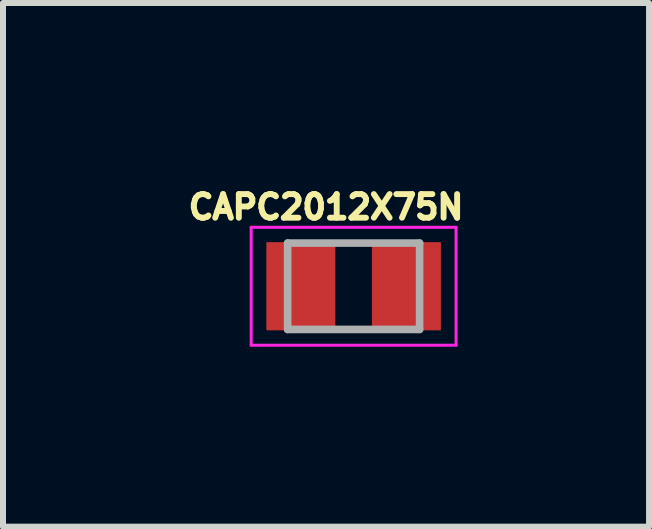
<source format=kicad_pcb>
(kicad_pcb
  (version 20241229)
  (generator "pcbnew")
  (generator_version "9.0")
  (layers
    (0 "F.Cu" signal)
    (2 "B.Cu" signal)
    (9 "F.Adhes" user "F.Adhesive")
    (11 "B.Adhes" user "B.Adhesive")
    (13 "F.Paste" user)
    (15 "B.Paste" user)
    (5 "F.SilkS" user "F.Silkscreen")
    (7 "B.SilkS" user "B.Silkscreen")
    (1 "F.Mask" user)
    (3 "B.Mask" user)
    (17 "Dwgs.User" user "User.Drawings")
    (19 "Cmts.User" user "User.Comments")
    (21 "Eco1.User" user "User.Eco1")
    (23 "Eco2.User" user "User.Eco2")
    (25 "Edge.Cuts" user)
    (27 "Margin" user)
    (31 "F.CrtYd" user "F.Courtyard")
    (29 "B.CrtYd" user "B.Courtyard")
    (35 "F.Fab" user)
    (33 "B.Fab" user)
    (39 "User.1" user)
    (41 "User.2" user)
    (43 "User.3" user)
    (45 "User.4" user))
  (footprint "CAPC2012X75N"
    (layer "F.Cu")
    (at 2.846 1.723)
    (property "Reference" "CAPC2012X75N" (at -0.46 -1.32 0) (layer "F.SilkS") (effects (font (size 0.394 0.394) (thickness 0.15))))
    (attr smd)
    (fp_line (start -1.708 -0.983) (end 1.708 -0.983) (stroke (width 0.05) (type solid)) (layer "F.CrtYd"))
    (fp_line (start -1.708 0.983) (end -1.708 -0.983) (stroke (width 0.05) (type solid)) (layer "F.CrtYd"))
    (fp_line (start -1.708 0.983) (end 1.708 0.983) (stroke (width 0.05) (type solid)) (layer "F.CrtYd"))
    (fp_line (start 1.708 0.983) (end 1.708 -0.983) (stroke (width 0.05) (type solid)) (layer "F.CrtYd"))
    (fp_line (start -1.1 0.72) (end -1.1 -0.72) (stroke (width 0.127) (type solid)) (layer "F.Fab"))
    (fp_line (start 1.1 -0.72) (end -1.1 -0.72) (stroke (width 0.127) (type solid)) (layer "F.Fab"))
    (fp_line (start 1.1 0.72) (end -1.1 0.72) (stroke (width 0.127) (type solid)) (layer "F.Fab"))
    (fp_line (start 1.1 0.72) (end 1.1 -0.72) (stroke (width 0.127) (type solid)) (layer "F.Fab"))
    (pad "1" smd rect (at -0.88 0) (size 1.15 1.47) (layers "F.Cu" "F.Mask" "F.Paste"))
    (pad "2" smd rect (at 0.88 0) (size 1.15 1.47) (layers "F.Cu" "F.Mask" "F.Paste")))
  (gr_rect
    (start -3 -3)
    (end 7.772 5.731)
    (stroke (width 0.1) (type default))
    (fill no)
    (layer "Edge.Cuts")))
</source>
